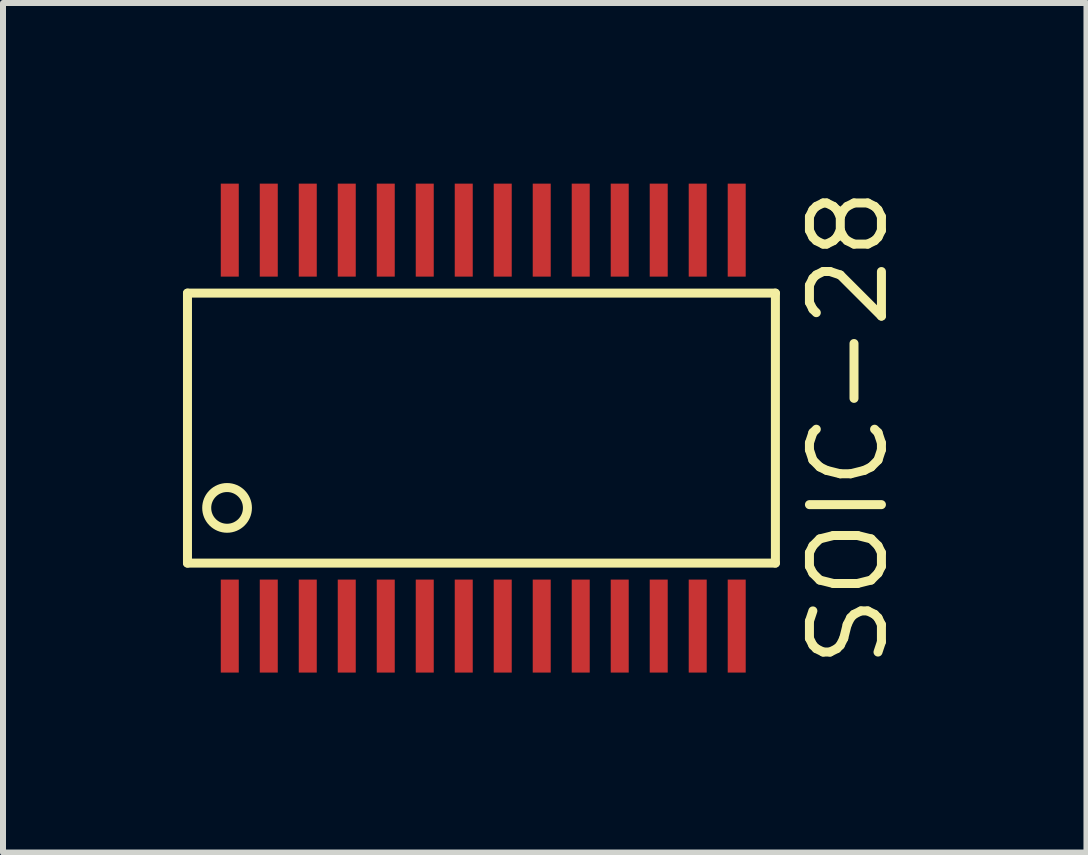
<source format=kicad_pcb>
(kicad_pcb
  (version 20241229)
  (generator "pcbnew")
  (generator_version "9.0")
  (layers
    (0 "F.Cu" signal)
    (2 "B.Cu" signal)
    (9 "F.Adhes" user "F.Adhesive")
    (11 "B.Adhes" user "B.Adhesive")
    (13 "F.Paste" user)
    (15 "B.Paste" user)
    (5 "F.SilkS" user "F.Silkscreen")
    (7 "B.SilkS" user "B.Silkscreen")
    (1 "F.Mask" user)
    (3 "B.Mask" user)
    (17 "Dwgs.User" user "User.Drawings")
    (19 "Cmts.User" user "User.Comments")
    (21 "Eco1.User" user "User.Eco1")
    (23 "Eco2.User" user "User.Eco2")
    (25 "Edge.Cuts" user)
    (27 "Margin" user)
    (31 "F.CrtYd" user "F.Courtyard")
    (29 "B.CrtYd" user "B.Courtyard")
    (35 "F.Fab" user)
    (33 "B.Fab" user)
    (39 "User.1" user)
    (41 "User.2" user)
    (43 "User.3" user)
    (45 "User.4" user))
  (footprint "SOIC-28"
    (layer "F.Cu")
    (at 4.495 4.076)
    (property "Reference" "SOIC-28" (at 6.6 0 90) (layer "F.SilkS") (effects (font (size 1.2 1.2) (thickness 0.15))))
    (attr through_hole)
    (fp_line (start -4.42 -2.24) (end -4.42 2.26) (stroke (width 0.15) (type solid)) (layer "F.SilkS"))
    (fp_line (start -4.42 2.26) (end 5.38 2.26) (stroke (width 0.15) (type solid)) (layer "F.SilkS"))
    (fp_line (start 5.38 -2.24) (end -4.42 -2.24) (stroke (width 0.15) (type solid)) (layer "F.SilkS"))
    (fp_line (start 5.38 2.26) (end 5.38 -2.24) (stroke (width 0.15) (type solid)) (layer "F.SilkS"))
    (fp_circle (center -3.76 1.34) (end -3.52 1.1) (stroke (width 0.15) (type solid)) (fill no) (layer "F.SilkS"))
    (pad "1" smd rect (at -3.715 3.31) (size 0.3 1.55) (layers "F.Cu" "F.Mask" "F.Paste"))
    (pad "2" smd rect (at -3.065 3.31) (size 0.3 1.55) (layers "F.Cu" "F.Mask" "F.Paste"))
    (pad "3" smd rect (at -2.415 3.31) (size 0.3 1.55) (layers "F.Cu" "F.Mask" "F.Paste"))
    (pad "4" smd rect (at -1.765 3.31) (size 0.3 1.55) (layers "F.Cu" "F.Mask" "F.Paste"))
    (pad "5" smd rect (at -1.115 3.31) (size 0.3 1.55) (layers "F.Cu" "F.Mask" "F.Paste"))
    (pad "6" smd rect (at -0.465 3.31) (size 0.3 1.55) (layers "F.Cu" "F.Mask" "F.Paste"))
    (pad "7" smd rect (at 0.185 3.31) (size 0.3 1.55) (layers "F.Cu" "F.Mask" "F.Paste"))
    (pad "8" smd rect (at 0.835 3.31) (size 0.3 1.55) (layers "F.Cu" "F.Mask" "F.Paste"))
    (pad "9" smd rect (at 1.485 3.31) (size 0.3 1.55) (layers "F.Cu" "F.Mask" "F.Paste"))
    (pad "10" smd rect (at 2.135 3.31) (size 0.3 1.55) (layers "F.Cu" "F.Mask" "F.Paste"))
    (pad "11" smd rect (at 2.785 3.31) (size 0.3 1.55) (layers "F.Cu" "F.Mask" "F.Paste"))
    (pad "12" smd rect (at 3.435 3.31) (size 0.3 1.55) (layers "F.Cu" "F.Mask" "F.Paste"))
    (pad "13" smd rect (at 4.085 3.31) (size 0.3 1.55) (layers "F.Cu" "F.Mask" "F.Paste"))
    (pad "14" smd rect (at 4.735 3.31) (size 0.3 1.55) (layers "F.Cu" "F.Mask" "F.Paste"))
    (pad "15" smd rect (at 4.735 -3.29) (size 0.3 1.55) (layers "F.Cu" "F.Mask" "F.Paste"))
    (pad "16" smd rect (at 4.085 -3.29) (size 0.3 1.55) (layers "F.Cu" "F.Mask" "F.Paste"))
    (pad "17" smd rect (at 3.435 -3.29) (size 0.3 1.55) (layers "F.Cu" "F.Mask" "F.Paste"))
    (pad "18" smd rect (at 2.785 -3.29) (size 0.3 1.55) (layers "F.Cu" "F.Mask" "F.Paste"))
    (pad "19" smd rect (at 2.135 -3.29) (size 0.3 1.55) (layers "F.Cu" "F.Mask" "F.Paste"))
    (pad "20" smd rect (at 1.485 -3.29) (size 0.3 1.55) (layers "F.Cu" "F.Mask" "F.Paste"))
    (pad "21" smd rect (at 0.835 -3.29) (size 0.3 1.55) (layers "F.Cu" "F.Mask" "F.Paste"))
    (pad "22" smd rect (at 0.185 -3.29) (size 0.3 1.55) (layers "F.Cu" "F.Mask" "F.Paste"))
    (pad "23" smd rect (at -0.465 -3.29) (size 0.3 1.55) (layers "F.Cu" "F.Mask" "F.Paste"))
    (pad "24" smd rect (at -1.115 -3.29) (size 0.3 1.55) (layers "F.Cu" "F.Mask" "F.Paste"))
    (pad "25" smd rect (at -1.765 -3.29) (size 0.3 1.55) (layers "F.Cu" "F.Mask" "F.Paste"))
    (pad "26" smd rect (at -2.415 -3.29) (size 0.3 1.55) (layers "F.Cu" "F.Mask" "F.Paste"))
    (pad "27" smd rect (at -3.065 -3.29) (size 0.3 1.55) (layers "F.Cu" "F.Mask" "F.Paste"))
    (pad "28" smd rect (at -3.715 -3.29) (size 0.3 1.55) (layers "F.Cu" "F.Mask" "F.Paste")))
  (gr_rect
    (start -3 -3)
    (end 15.06 11.161)
    (stroke (width 0.1) (type default))
    (fill no)
    (layer "Edge.Cuts")))
</source>
